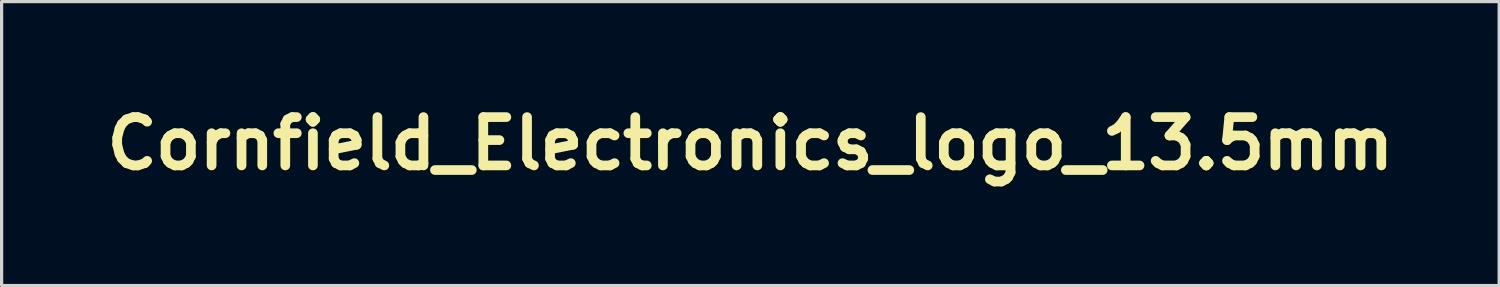
<source format=kicad_pcb>
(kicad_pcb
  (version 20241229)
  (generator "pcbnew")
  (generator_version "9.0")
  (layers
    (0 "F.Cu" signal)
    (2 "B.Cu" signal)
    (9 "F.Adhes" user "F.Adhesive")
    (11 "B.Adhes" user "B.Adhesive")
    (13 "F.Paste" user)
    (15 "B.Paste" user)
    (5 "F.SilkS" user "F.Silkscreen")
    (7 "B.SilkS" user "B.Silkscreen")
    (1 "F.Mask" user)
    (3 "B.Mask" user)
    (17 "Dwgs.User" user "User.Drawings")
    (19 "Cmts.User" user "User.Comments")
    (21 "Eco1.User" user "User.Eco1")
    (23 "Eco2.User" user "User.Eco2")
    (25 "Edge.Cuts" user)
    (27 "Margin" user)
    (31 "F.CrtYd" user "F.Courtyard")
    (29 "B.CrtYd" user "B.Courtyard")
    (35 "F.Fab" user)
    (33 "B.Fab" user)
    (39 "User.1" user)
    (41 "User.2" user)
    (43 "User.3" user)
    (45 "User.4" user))
  (footprint "Cornfield_Electronics_logo_13.5mm"
    (layer "F.Cu")
    (at 20.229 1.404)
    (property "Reference" "Cornfield_Electronics_logo_13.5mm" (at 0 0 0) (layer "F.SilkS") (effects (font (size 1.5 1.5) (thickness 0.3))))
    (attr board_only exclude_from_pos_files exclude_from_bom)
    (fp_poly (pts (xy -6.563 -0.483) (xy -6.558 -0.463) (xy -6.569 -0.437) (xy -6.589 -0.432) (xy -6.615 -0.443) (xy -6.62 -0.463) (xy -6.609 -0.489) (xy -6.589 -0.494)) (stroke (width 0) (type solid)) (fill yes) (layer "F.Mask"))
    (fp_poly (pts (xy -6.563 -0.39) (xy -6.558 -0.37) (xy -6.569 -0.345) (xy -6.589 -0.339) (xy -6.615 -0.35) (xy -6.62 -0.37) (xy -6.609 -0.396) (xy -6.589 -0.401)) (stroke (width 0) (type solid)) (fill yes) (layer "F.Mask"))
    (fp_poly (pts (xy -6.563 -0.282) (xy -6.558 -0.262) (xy -6.569 -0.237) (xy -6.589 -0.231) (xy -6.615 -0.242) (xy -6.62 -0.262) (xy -6.609 -0.288) (xy -6.589 -0.293)) (stroke (width 0) (type solid)) (fill yes) (layer "F.Mask"))
    (fp_poly (pts (xy -6.471 -0.545) (xy -6.466 -0.525) (xy -6.477 -0.499) (xy -6.497 -0.494) (xy -6.522 -0.505) (xy -6.527 -0.525) (xy -6.517 -0.55) (xy -6.497 -0.556)) (stroke (width 0) (type solid)) (fill yes) (layer "F.Mask"))
    (fp_poly (pts (xy -6.471 -0.437) (xy -6.466 -0.417) (xy -6.477 -0.391) (xy -6.497 -0.386) (xy -6.522 -0.397) (xy -6.527 -0.417) (xy -6.517 -0.442) (xy -6.497 -0.448)) (stroke (width 0) (type solid)) (fill yes) (layer "F.Mask"))
    (fp_poly (pts (xy -6.471 -0.329) (xy -6.466 -0.309) (xy -6.477 -0.283) (xy -6.497 -0.278) (xy -6.522 -0.289) (xy -6.527 -0.309) (xy -6.517 -0.334) (xy -6.497 -0.339)) (stroke (width 0) (type solid)) (fill yes) (layer "F.Mask"))
    (fp_poly (pts (xy -6.471 -0.236) (xy -6.466 -0.216) (xy -6.477 -0.19) (xy -6.497 -0.185) (xy -6.522 -0.196) (xy -6.527 -0.216) (xy -6.517 -0.242) (xy -6.497 -0.247)) (stroke (width 0) (type solid)) (fill yes) (layer "F.Mask"))
    (fp_poly (pts (xy -6.363 -0.483) (xy -6.358 -0.463) (xy -6.369 -0.437) (xy -6.389 -0.432) (xy -6.414 -0.443) (xy -6.419 -0.463) (xy -6.409 -0.489) (xy -6.389 -0.494)) (stroke (width 0) (type solid)) (fill yes) (layer "F.Mask"))
    (fp_poly (pts (xy -6.363 -0.39) (xy -6.358 -0.37) (xy -6.369 -0.345) (xy -6.389 -0.339) (xy -6.414 -0.35) (xy -6.419 -0.37) (xy -6.409 -0.396) (xy -6.389 -0.401)) (stroke (width 0) (type solid)) (fill yes) (layer "F.Mask"))
    (fp_poly (pts (xy -6.363 -0.282) (xy -6.358 -0.262) (xy -6.369 -0.237) (xy -6.389 -0.231) (xy -6.414 -0.242) (xy -6.419 -0.262) (xy -6.409 -0.288) (xy -6.389 -0.293)) (stroke (width 0) (type solid)) (fill yes) (layer "F.Mask"))
    (fp_poly (pts (xy -5.992 -0.483) (xy -5.987 -0.463) (xy -5.998 -0.437) (xy -6.018 -0.432) (xy -6.044 -0.443) (xy -6.049 -0.463) (xy -6.038 -0.489) (xy -6.018 -0.494)) (stroke (width 0) (type solid)) (fill yes) (layer "F.Mask"))
    (fp_poly (pts (xy -5.992 -0.39) (xy -5.987 -0.37) (xy -5.998 -0.345) (xy -6.018 -0.339) (xy -6.044 -0.35) (xy -6.049 -0.37) (xy -6.038 -0.396) (xy -6.018 -0.401)) (stroke (width 0) (type solid)) (fill yes) (layer "F.Mask"))
    (fp_poly (pts (xy -5.992 -0.282) (xy -5.987 -0.262) (xy -5.998 -0.237) (xy -6.018 -0.231) (xy -6.044 -0.242) (xy -6.049 -0.262) (xy -6.038 -0.288) (xy -6.018 -0.293)) (stroke (width 0) (type solid)) (fill yes) (layer "F.Mask"))
    (fp_poly (pts (xy -5.9 -0.545) (xy -5.895 -0.525) (xy -5.906 -0.499) (xy -5.926 -0.494) (xy -5.951 -0.505) (xy -5.957 -0.525) (xy -5.946 -0.55) (xy -5.926 -0.556)) (stroke (width 0) (type solid)) (fill yes) (layer "F.Mask"))
    (fp_poly (pts (xy -5.9 -0.437) (xy -5.895 -0.417) (xy -5.906 -0.391) (xy -5.926 -0.386) (xy -5.951 -0.397) (xy -5.957 -0.417) (xy -5.946 -0.442) (xy -5.926 -0.448)) (stroke (width 0) (type solid)) (fill yes) (layer "F.Mask"))
    (fp_poly (pts (xy -5.9 -0.329) (xy -5.895 -0.309) (xy -5.906 -0.283) (xy -5.926 -0.278) (xy -5.951 -0.289) (xy -5.957 -0.309) (xy -5.946 -0.334) (xy -5.926 -0.339)) (stroke (width 0) (type solid)) (fill yes) (layer "F.Mask"))
    (fp_poly (pts (xy -5.9 -0.236) (xy -5.895 -0.216) (xy -5.906 -0.19) (xy -5.926 -0.185) (xy -5.951 -0.196) (xy -5.957 -0.216) (xy -5.946 -0.242) (xy -5.926 -0.247)) (stroke (width 0) (type solid)) (fill yes) (layer "F.Mask"))
    (fp_poly (pts (xy -5.792 -0.483) (xy -5.787 -0.463) (xy -5.798 -0.437) (xy -5.818 -0.432) (xy -5.843 -0.443) (xy -5.848 -0.463) (xy -5.838 -0.489) (xy -5.818 -0.494)) (stroke (width 0) (type solid)) (fill yes) (layer "F.Mask"))
    (fp_poly (pts (xy -5.792 -0.39) (xy -5.787 -0.37) (xy -5.798 -0.345) (xy -5.818 -0.339) (xy -5.843 -0.35) (xy -5.848 -0.37) (xy -5.838 -0.396) (xy -5.818 -0.401)) (stroke (width 0) (type solid)) (fill yes) (layer "F.Mask"))
    (fp_poly (pts (xy -5.792 -0.282) (xy -5.787 -0.262) (xy -5.798 -0.237) (xy -5.818 -0.231) (xy -5.843 -0.242) (xy -5.848 -0.262) (xy -5.838 -0.288) (xy -5.818 -0.293)) (stroke (width 0) (type solid)) (fill yes) (layer "F.Mask"))
    (fp_poly (pts (xy -5.421 -0.483) (xy -5.416 -0.463) (xy -5.427 -0.437) (xy -5.447 -0.432) (xy -5.473 -0.443) (xy -5.478 -0.463) (xy -5.467 -0.489) (xy -5.447 -0.494)) (stroke (width 0) (type solid)) (fill yes) (layer "F.Mask"))
    (fp_poly (pts (xy -5.421 -0.39) (xy -5.416 -0.37) (xy -5.427 -0.345) (xy -5.447 -0.339) (xy -5.473 -0.35) (xy -5.478 -0.37) (xy -5.467 -0.396) (xy -5.447 -0.401)) (stroke (width 0) (type solid)) (fill yes) (layer "F.Mask"))
    (fp_poly (pts (xy -5.421 -0.282) (xy -5.416 -0.262) (xy -5.427 -0.237) (xy -5.447 -0.231) (xy -5.473 -0.242) (xy -5.478 -0.262) (xy -5.467 -0.288) (xy -5.447 -0.293)) (stroke (width 0) (type solid)) (fill yes) (layer "F.Mask"))
    (fp_poly (pts (xy -5.329 -0.545) (xy -5.324 -0.525) (xy -5.335 -0.499) (xy -5.355 -0.494) (xy -5.38 -0.505) (xy -5.386 -0.525) (xy -5.375 -0.55) (xy -5.355 -0.556)) (stroke (width 0) (type solid)) (fill yes) (layer "F.Mask"))
    (fp_poly (pts (xy -5.329 -0.437) (xy -5.324 -0.417) (xy -5.335 -0.391) (xy -5.355 -0.386) (xy -5.38 -0.397) (xy -5.386 -0.417) (xy -5.375 -0.442) (xy -5.355 -0.448)) (stroke (width 0) (type solid)) (fill yes) (layer "F.Mask"))
    (fp_poly (pts (xy -5.329 -0.329) (xy -5.324 -0.309) (xy -5.335 -0.283) (xy -5.355 -0.278) (xy -5.38 -0.289) (xy -5.386 -0.309) (xy -5.375 -0.334) (xy -5.355 -0.339)) (stroke (width 0) (type solid)) (fill yes) (layer "F.Mask"))
    (fp_poly (pts (xy -5.329 -0.236) (xy -5.324 -0.216) (xy -5.335 -0.19) (xy -5.355 -0.185) (xy -5.38 -0.196) (xy -5.386 -0.216) (xy -5.375 -0.242) (xy -5.355 -0.247)) (stroke (width 0) (type solid)) (fill yes) (layer "F.Mask"))
    (fp_poly (pts (xy -5.221 -0.483) (xy -5.216 -0.463) (xy -5.227 -0.437) (xy -5.247 -0.432) (xy -5.272 -0.443) (xy -5.278 -0.463) (xy -5.267 -0.489) (xy -5.247 -0.494)) (stroke (width 0) (type solid)) (fill yes) (layer "F.Mask"))
    (fp_poly (pts (xy -5.221 -0.39) (xy -5.216 -0.37) (xy -5.227 -0.345) (xy -5.247 -0.339) (xy -5.272 -0.35) (xy -5.278 -0.37) (xy -5.267 -0.396) (xy -5.247 -0.401)) (stroke (width 0) (type solid)) (fill yes) (layer "F.Mask"))
    (fp_poly (pts (xy -5.221 -0.282) (xy -5.216 -0.262) (xy -5.227 -0.237) (xy -5.247 -0.231) (xy -5.272 -0.242) (xy -5.278 -0.262) (xy -5.267 -0.288) (xy -5.247 -0.293)) (stroke (width 0) (type solid)) (fill yes) (layer "F.Mask"))
    (fp_poly (pts (xy 5.606 -0.245) (xy 5.66 -0.242) (xy 5.69 -0.235) (xy 5.694 -0.231) (xy 5.681 -0.221) (xy 5.647 -0.216) (xy 5.64 -0.216) (xy 5.586 -0.216) (xy 5.586 0.045) (xy 5.586 0.307) (xy 5.635 0.312) (xy 5.671 0.32) (xy 5.69 0.335) (xy 5.69 0.336) (xy 5.686 0.345) (xy 5.662 0.351) (xy 5.615 0.354) (xy 5.541 0.355) (xy 5.532 0.355) (xy 5.456 0.354) (xy 5.406 0.351) (xy 5.38 0.345) (xy 5.374 0.337) (xy 5.374 0.336) (xy 5.392 0.321) (xy 5.428 0.312) (xy 5.429 0.312) (xy 5.478 0.307) (xy 5.478 0.045) (xy 5.478 -0.216) (xy 5.424 -0.216) (xy 5.388 -0.22) (xy 5.371 -0.229) (xy 5.37 -0.231) (xy 5.385 -0.239) (xy 5.426 -0.244) (xy 5.49 -0.246) (xy 5.532 -0.247)) (stroke (width 0) (type solid)) (fill yes) (layer "F.Mask"))
    (fp_poly (pts (xy -1.304 -0.246) (xy -1.254 -0.242) (xy -1.219 -0.236) (xy -1.208 -0.228) (xy -1.208 -0.228) (xy -1.227 -0.215) (xy -1.263 -0.213) (xy -1.312 -0.218) (xy -1.312 0.044) (xy -1.312 0.307) (xy -1.263 0.312) (xy -1.227 0.32) (xy -1.208 0.335) (xy -1.207 0.336) (xy -1.212 0.345) (xy -1.236 0.351) (xy -1.283 0.354) (xy -1.357 0.355) (xy -1.363 0.355) (xy -1.431 0.354) (xy -1.487 0.35) (xy -1.523 0.345) (xy -1.534 0.341) (xy -1.53 0.326) (xy -1.504 0.313) (xy -1.465 0.309) (xy -1.454 0.307) (xy -1.446 0.299) (xy -1.441 0.281) (xy -1.438 0.248) (xy -1.436 0.196) (xy -1.435 0.121) (xy -1.435 0.046) (xy -1.435 -0.216) (xy -1.49 -0.216) (xy -1.525 -0.22) (xy -1.536 -0.229) (xy -1.535 -0.231) (xy -1.517 -0.239) (xy -1.477 -0.244) (xy -1.423 -0.247) (xy -1.363 -0.248)) (stroke (width 0) (type solid)) (fill yes) (layer "F.Mask"))
    (fp_poly (pts (xy 1.603 -0.246) (xy 1.656 -0.242) (xy 1.69 -0.237) (xy 1.697 -0.232) (xy 1.684 -0.221) (xy 1.651 -0.214) (xy 1.647 -0.213) (xy 1.597 -0.208) (xy 1.593 0.05) (xy 1.589 0.309) (xy 1.678 0.308) (xy 1.742 0.306) (xy 1.782 0.295) (xy 1.805 0.274) (xy 1.818 0.238) (xy 1.819 0.233) (xy 1.83 0.195) (xy 1.843 0.186) (xy 1.853 0.203) (xy 1.859 0.245) (xy 1.859 0.266) (xy 1.859 0.347) (xy 1.616 0.351) (xy 1.529 0.352) (xy 1.456 0.351) (xy 1.404 0.348) (xy 1.377 0.344) (xy 1.373 0.342) (xy 1.387 0.324) (xy 1.421 0.312) (xy 1.452 0.309) (xy 1.463 0.307) (xy 1.47 0.299) (xy 1.476 0.281) (xy 1.479 0.248) (xy 1.481 0.196) (xy 1.481 0.121) (xy 1.481 0.046) (xy 1.481 -0.216) (xy 1.427 -0.216) (xy 1.392 -0.22) (xy 1.374 -0.229) (xy 1.373 -0.231) (xy 1.388 -0.239) (xy 1.429 -0.244) (xy 1.493 -0.246) (xy 1.535 -0.247)) (stroke (width 0) (type solid)) (fill yes) (layer "F.Mask"))
    (fp_poly (pts (xy -0.35 -0.245) (xy -0.296 -0.242) (xy -0.267 -0.235) (xy -0.262 -0.231) (xy -0.276 -0.221) (xy -0.309 -0.216) (xy -0.316 -0.216) (xy -0.37 -0.216) (xy -0.37 0.047) (xy -0.37 0.31) (xy -0.276 0.306) (xy -0.217 0.3) (xy -0.182 0.288) (xy -0.162 0.264) (xy -0.149 0.221) (xy -0.147 0.212) (xy -0.136 0.177) (xy -0.124 0.171) (xy -0.115 0.19) (xy -0.109 0.232) (xy -0.108 0.262) (xy -0.108 0.355) (xy -0.346 0.355) (xy -0.429 0.354) (xy -0.5 0.352) (xy -0.555 0.348) (xy -0.587 0.344) (xy -0.593 0.341) (xy -0.589 0.326) (xy -0.563 0.313) (xy -0.525 0.309) (xy -0.508 0.306) (xy -0.496 0.294) (xy -0.487 0.27) (xy -0.482 0.229) (xy -0.479 0.167) (xy -0.478 0.08) (xy -0.478 0.046) (xy -0.479 -0.033) (xy -0.481 -0.103) (xy -0.483 -0.157) (xy -0.487 -0.188) (xy -0.488 -0.192) (xy -0.51 -0.21) (xy -0.542 -0.216) (xy -0.574 -0.221) (xy -0.586 -0.231) (xy -0.572 -0.239) (xy -0.53 -0.244) (xy -0.467 -0.246) (xy -0.424 -0.247)) (stroke (width 0) (type solid)) (fill yes) (layer "F.Mask"))
    (fp_poly (pts (xy -2.89 -0.256) (xy -2.856 -0.232) (xy -2.841 -0.194) (xy -2.842 -0.178) (xy -2.857 -0.134) (xy -2.886 -0.112) (xy -2.918 -0.113) (xy -2.947 -0.137) (xy -2.963 -0.179) (xy -2.971 -0.224) (xy -3.013 -0.179) (xy -3.043 -0.14) (xy -3.064 -0.094) (xy -3.077 -0.035) (xy -3.084 0.044) (xy -3.086 0.142) (xy -3.086 0.307) (xy -3.037 0.312) (xy -3.001 0.32) (xy -2.982 0.335) (xy -2.982 0.336) (xy -2.987 0.345) (xy -3.011 0.351) (xy -3.058 0.354) (xy -3.131 0.355) (xy -3.14 0.355) (xy -3.217 0.354) (xy -3.266 0.351) (xy -3.292 0.345) (xy -3.299 0.337) (xy -3.299 0.336) (xy -3.28 0.321) (xy -3.245 0.312) (xy -3.243 0.312) (xy -3.194 0.307) (xy -3.194 0.045) (xy -3.194 -0.216) (xy -3.248 -0.216) (xy -3.284 -0.22) (xy -3.302 -0.229) (xy -3.302 -0.231) (xy -3.289 -0.241) (xy -3.255 -0.247) (xy -3.243 -0.247) (xy -3.188 -0.25) (xy -3.137 -0.256) (xy -3.134 -0.257) (xy -3.101 -0.261) (xy -3.088 -0.25) (xy -3.086 -0.224) (xy -3.086 -0.182) (xy -3.039 -0.222) (xy -2.988 -0.252) (xy -2.936 -0.263)) (stroke (width 0) (type solid)) (fill yes) (layer "F.Mask"))
    (fp_poly (pts (xy -4.1 -0.257) (xy -4.036 -0.232) (xy -3.994 -0.193) (xy -3.97 -0.146) (xy -3.965 -0.097) (xy -3.983 -0.056) (xy -4.001 -0.04) (xy -4.034 -0.033) (xy -4.063 -0.049) (xy -4.082 -0.078) (xy -4.088 -0.114) (xy -4.074 -0.147) (xy -4.067 -0.154) (xy -4.051 -0.171) (xy -4.061 -0.187) (xy -4.07 -0.194) (xy -4.114 -0.212) (xy -4.168 -0.214) (xy -4.213 -0.201) (xy -4.243 -0.168) (xy -4.265 -0.107) (xy -4.278 -0.021) (xy -4.281 0.062) (xy -4.277 0.146) (xy -4.268 0.206) (xy -4.253 0.244) (xy -4.214 0.293) (xy -4.164 0.316) (xy -4.111 0.314) (xy -4.061 0.288) (xy -4.023 0.238) (xy -4.02 0.231) (xy -4 0.194) (xy -3.984 0.172) (xy -3.98 0.17) (xy -3.961 0.18) (xy -3.959 0.208) (xy -3.971 0.246) (xy -3.994 0.286) (xy -4.025 0.322) (xy -4.049 0.341) (xy -4.121 0.368) (xy -4.196 0.365) (xy -4.271 0.334) (xy -4.287 0.322) (xy -4.343 0.27) (xy -4.379 0.208) (xy -4.397 0.128) (xy -4.402 0.054) (xy -4.395 -0.043) (xy -4.371 -0.121) (xy -4.326 -0.187) (xy -4.305 -0.209) (xy -4.246 -0.245) (xy -4.174 -0.262)) (stroke (width 0) (type solid)) (fill yes) (layer "F.Mask"))
    (fp_poly (pts (xy 6.078 -0.251) (xy 6.137 -0.221) (xy 6.17 -0.181) (xy 6.185 -0.135) (xy 6.183 -0.09) (xy 6.167 -0.054) (xy 6.141 -0.034) (xy 6.107 -0.036) (xy 6.099 -0.04) (xy 6.073 -0.071) (xy 6.068 -0.111) (xy 6.084 -0.145) (xy 6.09 -0.151) (xy 6.109 -0.168) (xy 6.104 -0.181) (xy 6.089 -0.194) (xy 6.044 -0.212) (xy 5.992 -0.214) (xy 5.947 -0.201) (xy 5.933 -0.19) (xy 5.906 -0.154) (xy 5.888 -0.106) (xy 5.879 -0.04) (xy 5.876 0.046) (xy 5.881 0.155) (xy 5.9 0.236) (xy 5.931 0.289) (xy 5.976 0.315) (xy 6.034 0.315) (xy 6.049 0.311) (xy 6.099 0.285) (xy 6.134 0.238) (xy 6.135 0.237) (xy 6.161 0.196) (xy 6.183 0.174) (xy 6.197 0.173) (xy 6.2 0.196) (xy 6.197 0.209) (xy 6.173 0.267) (xy 6.135 0.319) (xy 6.093 0.353) (xy 6.085 0.356) (xy 6.032 0.367) (xy 5.973 0.369) (xy 5.921 0.36) (xy 5.904 0.352) (xy 5.831 0.295) (xy 5.783 0.219) (xy 5.757 0.124) (xy 5.753 0.062) (xy 5.762 -0.045) (xy 5.791 -0.133) (xy 5.84 -0.2) (xy 5.905 -0.243) (xy 5.986 -0.262) (xy 6.003 -0.262)) (stroke (width 0) (type solid)) (fill yes) (layer "F.Mask"))
    (fp_poly (pts (xy 0.209 -0.246) (xy 0.271 -0.243) (xy 0.315 -0.236) (xy 0.349 -0.226) (xy 0.367 -0.218) (xy 0.436 -0.167) (xy 0.484 -0.099) (xy 0.511 -0.019) (xy 0.518 0.065) (xy 0.504 0.149) (xy 0.469 0.226) (xy 0.413 0.292) (xy 0.368 0.323) (xy 0.34 0.337) (xy 0.307 0.346) (xy 0.265 0.352) (xy 0.205 0.354) (xy 0.124 0.355) (xy 0.041 0.354) (xy -0.014 0.352) (xy -0.046 0.347) (xy -0.058 0.34) (xy -0.058 0.336) (xy -0.039 0.319) (xy -0.006 0.308) (xy 0.039 0.301) (xy 0.039 0.054) (xy 0.154 0.054) (xy 0.154 0.309) (xy 0.215 0.309) (xy 0.266 0.304) (xy 0.311 0.293) (xy 0.315 0.291) (xy 0.351 0.26) (xy 0.376 0.204) (xy 0.389 0.122) (xy 0.392 0.039) (xy 0.385 -0.058) (xy 0.367 -0.13) (xy 0.338 -0.177) (xy 0.316 -0.191) (xy 0.285 -0.197) (xy 0.239 -0.2) (xy 0.222 -0.201) (xy 0.154 -0.201) (xy 0.154 0.054) (xy 0.039 0.054) (xy 0.039 0.046) (xy 0.039 -0.208) (xy -0.012 -0.213) (xy -0.046 -0.22) (xy -0.062 -0.231) (xy -0.062 -0.232) (xy -0.047 -0.238) (xy -0.007 -0.243) (xy 0.053 -0.246) (xy 0.124 -0.247)) (stroke (width 0) (type solid)) (fill yes) (layer "F.Mask"))
    (fp_poly (pts (xy 2.257 -0.249) (xy 2.322 -0.211) (xy 2.368 -0.152) (xy 2.39 -0.075) (xy 2.392 -0.045) (xy 2.392 0) (xy 2.212 0) (xy 2.033 0) (xy 2.042 0.094) (xy 2.058 0.186) (xy 2.084 0.252) (xy 2.122 0.293) (xy 2.154 0.309) (xy 2.215 0.316) (xy 2.27 0.293) (xy 2.321 0.239) (xy 2.327 0.231) (xy 2.359 0.189) (xy 2.381 0.173) (xy 2.391 0.184) (xy 2.392 0.194) (xy 2.381 0.234) (xy 2.352 0.282) (xy 2.315 0.324) (xy 2.283 0.348) (xy 2.233 0.363) (xy 2.172 0.369) (xy 2.113 0.365) (xy 2.077 0.353) (xy 2.005 0.297) (xy 1.957 0.228) (xy 1.931 0.14) (xy 1.925 0.051) (xy 1.927 -0.017) (xy 1.937 -0.066) (xy 1.942 -0.079) (xy 2.057 -0.079) (xy 2.074 -0.067) (xy 2.115 -0.062) (xy 2.168 -0.062) (xy 2.284 -0.062) (xy 2.284 -0.108) (xy 2.272 -0.162) (xy 2.242 -0.197) (xy 2.2 -0.213) (xy 2.153 -0.208) (xy 2.109 -0.183) (xy 2.076 -0.139) (xy 2.059 -0.102) (xy 2.057 -0.079) (xy 1.942 -0.079) (xy 1.955 -0.11) (xy 1.966 -0.129) (xy 2.022 -0.201) (xy 2.091 -0.246) (xy 2.17 -0.262) (xy 2.175 -0.262)) (stroke (width 0) (type solid)) (fill yes) (layer "F.Mask"))
    (fp_poly (pts (xy 2.811 -0.252) (xy 2.871 -0.224) (xy 2.911 -0.182) (xy 2.929 -0.13) (xy 2.923 -0.08) (xy 2.899 -0.045) (xy 2.865 -0.031) (xy 2.831 -0.04) (xy 2.809 -0.069) (xy 2.796 -0.103) (xy 2.796 -0.121) (xy 2.81 -0.138) (xy 2.819 -0.147) (xy 2.837 -0.169) (xy 2.83 -0.184) (xy 2.816 -0.195) (xy 2.765 -0.216) (xy 2.712 -0.211) (xy 2.665 -0.182) (xy 2.631 -0.132) (xy 2.624 -0.111) (xy 2.613 -0.046) (xy 2.608 0.033) (xy 2.611 0.115) (xy 2.62 0.187) (xy 2.632 0.23) (xy 2.667 0.284) (xy 2.713 0.313) (xy 2.765 0.317) (xy 2.817 0.297) (xy 2.861 0.252) (xy 2.876 0.225) (xy 2.9 0.185) (xy 2.919 0.172) (xy 2.93 0.186) (xy 2.932 0.21) (xy 2.918 0.253) (xy 2.877 0.305) (xy 2.872 0.31) (xy 2.832 0.347) (xy 2.799 0.364) (xy 2.759 0.37) (xy 2.745 0.37) (xy 2.689 0.364) (xy 2.638 0.351) (xy 2.629 0.348) (xy 2.574 0.309) (xy 2.532 0.247) (xy 2.502 0.169) (xy 2.488 0.082) (xy 2.49 -0.007) (xy 2.51 -0.091) (xy 2.516 -0.106) (xy 2.562 -0.184) (xy 2.622 -0.235) (xy 2.697 -0.26) (xy 2.736 -0.262)) (stroke (width 0) (type solid)) (fill yes) (layer "F.Mask"))
    (fp_poly (pts (xy 4.394 -0.256) (xy 4.449 -0.235) (xy 4.498 -0.194) (xy 4.504 -0.187) (xy 4.549 -0.124) (xy 4.574 -0.049) (xy 4.583 0.044) (xy 4.583 0.056) (xy 4.572 0.161) (xy 4.54 0.247) (xy 4.489 0.313) (xy 4.471 0.327) (xy 4.423 0.35) (xy 4.361 0.364) (xy 4.299 0.367) (xy 4.248 0.358) (xy 4.236 0.353) (xy 4.182 0.31) (xy 4.131 0.252) (xy 4.096 0.193) (xy 4.096 0.192) (xy 4.079 0.125) (xy 4.076 0.07) (xy 4.196 0.07) (xy 4.201 0.151) (xy 4.213 0.219) (xy 4.241 0.274) (xy 4.282 0.31) (xy 4.331 0.325) (xy 4.38 0.315) (xy 4.413 0.29) (xy 4.44 0.247) (xy 4.458 0.186) (xy 4.466 0.101) (xy 4.466 0.039) (xy 4.46 -0.054) (xy 4.444 -0.128) (xy 4.42 -0.18) (xy 4.398 -0.201) (xy 4.351 -0.214) (xy 4.3 -0.213) (xy 4.259 -0.198) (xy 4.253 -0.192) (xy 4.229 -0.152) (xy 4.211 -0.089) (xy 4.2 -0.013) (xy 4.196 0.07) (xy 4.076 0.07) (xy 4.075 0.043) (xy 4.084 -0.038) (xy 4.103 -0.1) (xy 4.133 -0.15) (xy 4.174 -0.199) (xy 4.188 -0.212) (xy 4.23 -0.244) (xy 4.27 -0.259) (xy 4.322 -0.262)) (stroke (width 0) (type solid)) (fill yes) (layer "F.Mask"))
    (fp_poly (pts (xy 4.003 -0.254) (xy 4.033 -0.227) (xy 4.041 -0.179) (xy 4.04 -0.167) (xy 4.033 -0.131) (xy 4.014 -0.116) (xy 3.986 -0.111) (xy 3.95 -0.111) (xy 3.933 -0.126) (xy 3.926 -0.15) (xy 3.918 -0.185) (xy 3.914 -0.206) (xy 3.903 -0.205) (xy 3.878 -0.186) (xy 3.871 -0.178) (xy 3.838 -0.134) (xy 3.816 -0.074) (xy 3.802 0.007) (xy 3.796 0.113) (xy 3.796 0.152) (xy 3.796 0.307) (xy 3.845 0.312) (xy 3.881 0.32) (xy 3.9 0.335) (xy 3.9 0.336) (xy 3.896 0.345) (xy 3.872 0.351) (xy 3.825 0.354) (xy 3.751 0.355) (xy 3.743 0.355) (xy 3.669 0.354) (xy 3.621 0.352) (xy 3.593 0.346) (xy 3.581 0.338) (xy 3.58 0.332) (xy 3.592 0.315) (xy 3.629 0.309) (xy 3.634 0.309) (xy 3.688 0.309) (xy 3.688 0.046) (xy 3.688 -0.216) (xy 3.634 -0.216) (xy 3.598 -0.22) (xy 3.581 -0.229) (xy 3.58 -0.231) (xy 3.594 -0.241) (xy 3.628 -0.247) (xy 3.64 -0.247) (xy 3.694 -0.25) (xy 3.745 -0.256) (xy 3.748 -0.257) (xy 3.781 -0.261) (xy 3.794 -0.25) (xy 3.796 -0.224) (xy 3.796 -0.182) (xy 3.844 -0.222) (xy 3.902 -0.256) (xy 3.95 -0.262)) (stroke (width 0) (type solid)) (fill yes) (layer "F.Mask"))
    (fp_poly (pts (xy -3.551 -0.256) (xy -3.48 -0.226) (xy -3.419 -0.171) (xy -3.393 -0.133) (xy -3.373 -0.093) (xy -3.362 -0.051) (xy -3.357 0.004) (xy -3.356 0.055) (xy -3.358 0.121) (xy -3.363 0.167) (xy -3.375 0.202) (xy -3.395 0.238) (xy -3.399 0.245) (xy -3.46 0.314) (xy -3.531 0.356) (xy -3.607 0.37) (xy -3.687 0.355) (xy -3.719 0.34) (xy -3.763 0.307) (xy -3.804 0.264) (xy -3.812 0.253) (xy -3.832 0.218) (xy -3.844 0.181) (xy -3.851 0.131) (xy -3.852 0.104) (xy -3.74 0.104) (xy -3.735 0.173) (xy -3.73 0.202) (xy -3.706 0.264) (xy -3.667 0.305) (xy -3.62 0.324) (xy -3.569 0.317) (xy -3.527 0.287) (xy -3.501 0.244) (xy -3.483 0.179) (xy -3.472 0.102) (xy -3.471 0.019) (xy -3.477 -0.059) (xy -3.493 -0.125) (xy -3.512 -0.165) (xy -3.557 -0.203) (xy -3.609 -0.216) (xy -3.66 -0.205) (xy -3.702 -0.169) (xy -3.712 -0.152) (xy -3.725 -0.11) (xy -3.734 -0.047) (xy -3.739 0.028) (xy -3.74 0.104) (xy -3.852 0.104) (xy -3.855 0.063) (xy -3.856 -0.006) (xy -3.852 -0.054) (xy -3.843 -0.09) (xy -3.827 -0.124) (xy -3.823 -0.131) (xy -3.769 -0.199) (xy -3.701 -0.243) (xy -3.627 -0.262)) (stroke (width 0) (type solid)) (fill yes) (layer "F.Mask"))
    (fp_poly (pts (xy -0.809 -0.253) (xy -0.761 -0.235) (xy -0.744 -0.222) (xy -0.695 -0.161) (xy -0.669 -0.105) (xy -0.664 -0.059) (xy -0.664 -0.001) (xy -0.837 0.003) (xy -1.011 0.008) (xy -1.007 0.093) (xy -0.995 0.185) (xy -0.968 0.254) (xy -0.927 0.299) (xy -0.874 0.318) (xy -0.814 0.31) (xy -0.762 0.278) (xy -0.727 0.231) (xy -0.699 0.189) (xy -0.678 0.171) (xy -0.666 0.18) (xy -0.664 0.197) (xy -0.675 0.24) (xy -0.705 0.288) (xy -0.745 0.329) (xy -0.77 0.346) (xy -0.837 0.366) (xy -0.913 0.366) (xy -0.98 0.348) (xy -1.047 0.304) (xy -1.093 0.239) (xy -1.119 0.153) (xy -1.124 0.044) (xy -1.124 0.039) (xy -1.12 -0.029) (xy -1.112 -0.076) (xy -1.109 -0.085) (xy -1.002 -0.085) (xy -0.987 -0.07) (xy -0.947 -0.063) (xy -0.887 -0.062) (xy -0.772 -0.062) (xy -0.772 -0.108) (xy -0.783 -0.162) (xy -0.814 -0.197) (xy -0.857 -0.213) (xy -0.905 -0.207) (xy -0.95 -0.178) (xy -0.968 -0.156) (xy -0.994 -0.113) (xy -1.002 -0.085) (xy -1.109 -0.085) (xy -1.098 -0.113) (xy -1.075 -0.15) (xy -1.073 -0.153) (xy -1.037 -0.197) (xy -0.998 -0.232) (xy -0.982 -0.242) (xy -0.932 -0.257) (xy -0.87 -0.26)) (stroke (width 0) (type solid)) (fill yes) (layer "F.Mask"))
    (fp_poly (pts (xy 3.429 -0.253) (xy 3.478 -0.249) (xy 3.509 -0.241) (xy 3.526 -0.226) (xy 3.532 -0.204) (xy 3.534 -0.171) (xy 3.534 -0.145) (xy 3.531 -0.1) (xy 3.52 -0.08) (xy 3.511 -0.077) (xy 3.492 -0.09) (xy 3.487 -0.109) (xy 3.479 -0.16) (xy 3.45 -0.189) (xy 3.398 -0.2) (xy 3.387 -0.201) (xy 3.318 -0.201) (xy 3.318 0.054) (xy 3.318 0.148) (xy 3.319 0.216) (xy 3.321 0.261) (xy 3.325 0.289) (xy 3.331 0.303) (xy 3.34 0.308) (xy 3.347 0.309) (xy 3.389 0.314) (xy 3.418 0.328) (xy 3.426 0.341) (xy 3.411 0.347) (xy 3.373 0.351) (xy 3.316 0.354) (xy 3.264 0.355) (xy 3.197 0.354) (xy 3.144 0.35) (xy 3.11 0.346) (xy 3.102 0.341) (xy 3.115 0.324) (xy 3.149 0.312) (xy 3.18 0.309) (xy 3.191 0.307) (xy 3.199 0.299) (xy 3.204 0.281) (xy 3.207 0.247) (xy 3.209 0.194) (xy 3.21 0.118) (xy 3.21 0.053) (xy 3.21 -0.202) (xy 3.136 -0.198) (xy 3.091 -0.193) (xy 3.067 -0.182) (xy 3.052 -0.158) (xy 3.046 -0.14) (xy 3.027 -0.094) (xy 3.011 -0.079) (xy 3 -0.093) (xy 2.996 -0.135) (xy 2.997 -0.162) (xy 3.001 -0.249) (xy 3.26 -0.252) (xy 3.358 -0.253)) (stroke (width 0) (type solid)) (fill yes) (layer "F.Mask"))
    (fp_poly (pts (xy 1.159 -0.253) (xy 1.222 -0.224) (xy 1.268 -0.172) (xy 1.279 -0.151) (xy 1.299 -0.102) (xy 1.31 -0.056) (xy 1.312 -0.041) (xy 1.312 0) (xy 1.132 0) (xy 0.953 0) (xy 0.961 0.096) (xy 0.972 0.18) (xy 0.992 0.239) (xy 1.023 0.279) (xy 1.056 0.3) (xy 1.117 0.315) (xy 1.172 0.301) (xy 1.223 0.257) (xy 1.239 0.234) (xy 1.272 0.192) (xy 1.296 0.171) (xy 1.31 0.174) (xy 1.312 0.185) (xy 1.302 0.22) (xy 1.278 0.266) (xy 1.246 0.308) (xy 1.223 0.331) (xy 1.179 0.351) (xy 1.122 0.363) (xy 1.062 0.367) (xy 1.012 0.36) (xy 0.997 0.353) (xy 0.92 0.292) (xy 0.869 0.216) (xy 0.842 0.123) (xy 0.84 0.106) (xy 0.839 0.009) (xy 0.859 -0.08) (xy 0.861 -0.084) (xy 0.973 -0.084) (xy 0.99 -0.069) (xy 1.032 -0.063) (xy 1.088 -0.062) (xy 1.147 -0.062) (xy 1.182 -0.066) (xy 1.199 -0.074) (xy 1.204 -0.087) (xy 1.204 -0.092) (xy 1.194 -0.148) (xy 1.167 -0.19) (xy 1.135 -0.21) (xy 1.073 -0.212) (xy 1.023 -0.189) (xy 0.996 -0.155) (xy 0.976 -0.111) (xy 0.973 -0.084) (xy 0.861 -0.084) (xy 0.897 -0.156) (xy 0.949 -0.215) (xy 1.013 -0.251) (xy 1.076 -0.262)) (stroke (width 0) (type solid)) (fill yes) (layer "F.Mask"))
    (fp_poly (pts (xy -1.589 -0.162) (xy -1.592 -0.111) (xy -1.599 -0.084) (xy -1.613 -0.077) (xy -1.631 -0.091) (xy -1.636 -0.12) (xy -1.642 -0.161) (xy -1.664 -0.186) (xy -1.707 -0.198) (xy -1.762 -0.201) (xy -1.852 -0.201) (xy -1.852 -0.093) (xy -1.852 0.015) (xy -1.792 0.015) (xy -1.751 0.012) (xy -1.731 -0.001) (xy -1.722 -0.023) (xy -1.71 -0.056) (xy -1.698 -0.061) (xy -1.689 -0.04) (xy -1.683 0.005) (xy -1.682 0.046) (xy -1.683 0.1) (xy -1.685 0.138) (xy -1.689 0.154) (xy -1.689 0.154) (xy -1.701 0.142) (xy -1.718 0.112) (xy -1.721 0.108) (xy -1.744 0.075) (xy -1.776 0.063) (xy -1.798 0.062) (xy -1.852 0.062) (xy -1.852 0.184) (xy -1.852 0.307) (xy -1.803 0.312) (xy -1.767 0.32) (xy -1.748 0.335) (xy -1.748 0.336) (xy -1.752 0.345) (xy -1.776 0.351) (xy -1.823 0.354) (xy -1.897 0.355) (xy -1.904 0.355) (xy -1.971 0.354) (xy -2.025 0.35) (xy -2.059 0.345) (xy -2.068 0.341) (xy -2.054 0.328) (xy -2.022 0.317) (xy -2.022 0.316) (xy -1.975 0.306) (xy -1.975 0.045) (xy -1.975 -0.216) (xy -2.03 -0.216) (xy -2.065 -0.22) (xy -2.076 -0.229) (xy -2.076 -0.231) (xy -2.057 -0.237) (xy -2.011 -0.242) (xy -1.943 -0.245) (xy -1.855 -0.247) (xy -1.828 -0.247) (xy -1.589 -0.247)) (stroke (width 0) (type solid)) (fill yes) (layer "F.Mask"))
    (fp_poly (pts (xy 6.583 -0.253) (xy 6.639 -0.229) (xy 6.676 -0.192) (xy 6.688 -0.147) (xy 6.682 -0.117) (xy 6.66 -0.086) (xy 6.631 -0.078) (xy 6.603 -0.091) (xy 6.585 -0.119) (xy 6.582 -0.16) (xy 6.584 -0.167) (xy 6.58 -0.195) (xy 6.556 -0.211) (xy 6.519 -0.216) (xy 6.477 -0.209) (xy 6.437 -0.193) (xy 6.407 -0.167) (xy 6.397 -0.149) (xy 6.39 -0.112) (xy 6.4 -0.082) (xy 6.431 -0.055) (xy 6.488 -0.028) (xy 6.528 -0.012) (xy 6.615 0.026) (xy 6.675 0.069) (xy 6.71 0.119) (xy 6.723 0.167) (xy 6.717 0.228) (xy 6.688 0.288) (xy 6.643 0.336) (xy 6.62 0.351) (xy 6.574 0.364) (xy 6.514 0.369) (xy 6.453 0.366) (xy 6.412 0.356) (xy 6.361 0.324) (xy 6.32 0.281) (xy 6.298 0.235) (xy 6.296 0.219) (xy 6.305 0.175) (xy 6.328 0.148) (xy 6.359 0.144) (xy 6.371 0.149) (xy 6.393 0.175) (xy 6.402 0.21) (xy 6.395 0.24) (xy 6.388 0.247) (xy 6.383 0.262) (xy 6.4 0.28) (xy 6.433 0.297) (xy 6.473 0.31) (xy 6.512 0.314) (xy 6.581 0.303) (xy 6.626 0.274) (xy 6.645 0.238) (xy 6.644 0.199) (xy 6.62 0.165) (xy 6.57 0.134) (xy 6.501 0.107) (xy 6.41 0.068) (xy 6.348 0.02) (xy 6.316 -0.035) (xy 6.311 -0.07) (xy 6.325 -0.147) (xy 6.362 -0.206) (xy 6.421 -0.246) (xy 6.498 -0.262) (xy 6.512 -0.262)) (stroke (width 0) (type solid)) (fill yes) (layer "F.Mask"))
    (fp_poly (pts (xy -2.337 -0.259) (xy -2.294 -0.245) (xy -2.264 -0.219) (xy -2.243 -0.176) (xy -2.23 -0.112) (xy -2.224 -0.025) (xy -2.222 0.083) (xy -2.222 0.307) (xy -2.173 0.312) (xy -2.137 0.32) (xy -2.118 0.335) (xy -2.118 0.336) (xy -2.123 0.345) (xy -2.147 0.351) (xy -2.195 0.354) (xy -2.267 0.355) (xy -2.339 0.354) (xy -2.386 0.351) (xy -2.412 0.346) (xy -2.422 0.337) (xy -2.423 0.332) (xy -2.409 0.313) (xy -2.376 0.309) (xy -2.33 0.309) (xy -2.33 0.078) (xy -2.331 -0.004) (xy -2.332 -0.077) (xy -2.335 -0.134) (xy -2.338 -0.169) (xy -2.34 -0.176) (xy -2.362 -0.195) (xy -2.398 -0.201) (xy -2.455 -0.186) (xy -2.502 -0.144) (xy -2.538 -0.078) (xy -2.563 0.012) (xy -2.576 0.121) (xy -2.577 0.169) (xy -2.577 0.307) (xy -2.536 0.311) (xy -2.503 0.322) (xy -2.488 0.336) (xy -2.493 0.345) (xy -2.517 0.351) (xy -2.565 0.354) (xy -2.637 0.355) (xy -2.71 0.354) (xy -2.756 0.351) (xy -2.782 0.346) (xy -2.792 0.337) (xy -2.793 0.332) (xy -2.781 0.315) (xy -2.744 0.309) (xy -2.739 0.309) (xy -2.685 0.309) (xy -2.685 0.046) (xy -2.685 -0.216) (xy -2.739 -0.216) (xy -2.775 -0.22) (xy -2.793 -0.229) (xy -2.793 -0.231) (xy -2.779 -0.241) (xy -2.745 -0.247) (xy -2.733 -0.247) (xy -2.679 -0.25) (xy -2.628 -0.256) (xy -2.625 -0.257) (xy -2.594 -0.261) (xy -2.581 -0.253) (xy -2.577 -0.224) (xy -2.577 -0.204) (xy -2.577 -0.143) (xy -2.517 -0.202) (xy -2.476 -0.239) (xy -2.442 -0.257) (xy -2.401 -0.262) (xy -2.393 -0.262)) (stroke (width 0) (type solid)) (fill yes) (layer "F.Mask"))
    (fp_poly (pts (xy 5.098 -0.258) (xy 5.134 -0.247) (xy 5.14 -0.243) (xy 5.165 -0.22) (xy 5.184 -0.195) (xy 5.196 -0.164) (xy 5.205 -0.121) (xy 5.21 -0.06) (xy 5.214 0.025) (xy 5.216 0.068) (xy 5.224 0.301) (xy 5.274 0.306) (xy 5.311 0.316) (xy 5.324 0.333) (xy 5.318 0.343) (xy 5.297 0.35) (xy 5.257 0.354) (xy 5.191 0.355) (xy 5.17 0.355) (xy 5.095 0.353) (xy 5.044 0.348) (xy 5.018 0.34) (xy 5.018 0.331) (xy 5.047 0.32) (xy 5.061 0.316) (xy 5.108 0.306) (xy 5.108 0.077) (xy 5.107 -0.005) (xy 5.105 -0.078) (xy 5.103 -0.135) (xy 5.1 -0.17) (xy 5.098 -0.176) (xy 5.076 -0.196) (xy 5.039 -0.201) (xy 4.996 -0.191) (xy 4.96 -0.168) (xy 4.958 -0.166) (xy 4.92 -0.118) (xy 4.894 -0.066) (xy 4.877 -0.003) (xy 4.867 0.078) (xy 4.864 0.142) (xy 4.858 0.306) (xy 4.9 0.311) (xy 4.934 0.321) (xy 4.95 0.336) (xy 4.945 0.345) (xy 4.921 0.351) (xy 4.873 0.354) (xy 4.799 0.355) (xy 4.725 0.354) (xy 4.677 0.351) (xy 4.653 0.345) (xy 4.649 0.336) (xy 4.667 0.321) (xy 4.702 0.312) (xy 4.704 0.311) (xy 4.754 0.307) (xy 4.749 0.049) (xy 4.745 -0.208) (xy 4.695 -0.213) (xy 4.656 -0.22) (xy 4.645 -0.23) (xy 4.659 -0.239) (xy 4.696 -0.246) (xy 4.728 -0.247) (xy 4.78 -0.249) (xy 4.822 -0.253) (xy 4.836 -0.256) (xy 4.852 -0.257) (xy 4.86 -0.237) (xy 4.861 -0.205) (xy 4.861 -0.144) (xy 4.923 -0.203) (xy 4.966 -0.239) (xy 5.001 -0.257) (xy 5.043 -0.262) (xy 5.051 -0.262)) (stroke (width 0) (type solid)) (fill yes) (layer "F.Mask"))
    (fp_poly (pts (xy -5.191 -0.129) (xy -5.185 -0.116) (xy -5.173 -0.095) (xy -5.162 -0.093) (xy -5.143 -0.08) (xy -5.139 -0.062) (xy -5.15 -0.036) (xy -5.17 -0.031) (xy -5.195 -0.041) (xy -5.2 -0.054) (xy -5.209 -0.075) (xy -5.216 -0.077) (xy -5.229 -0.065) (xy -5.231 -0.054) (xy -5.244 -0.034) (xy -5.254 -0.031) (xy -5.275 -0.018) (xy -5.278 -0.007) (xy -5.29 0.019) (xy -5.301 0.025) (xy -5.315 0.043) (xy -5.323 0.074) (xy -5.322 0.104) (xy -5.313 0.122) (xy -5.308 0.123) (xy -5.295 0.111) (xy -5.293 0.1) (xy -5.281 0.08) (xy -5.27 0.077) (xy -5.249 0.065) (xy -5.247 0.054) (xy -5.234 0.035) (xy -5.216 0.031) (xy -5.191 0.041) (xy -5.185 0.054) (xy -5.173 0.074) (xy -5.162 0.077) (xy -5.143 0.09) (xy -5.139 0.108) (xy -5.15 0.134) (xy -5.17 0.139) (xy -5.195 0.129) (xy -5.2 0.116) (xy -5.209 0.095) (xy -5.216 0.093) (xy -5.229 0.105) (xy -5.231 0.116) (xy -5.244 0.136) (xy -5.254 0.139) (xy -5.275 0.151) (xy -5.278 0.163) (xy -5.29 0.188) (xy -5.301 0.195) (xy -5.316 0.213) (xy -5.323 0.241) (xy -5.321 0.267) (xy -5.308 0.278) (xy -5.295 0.265) (xy -5.293 0.255) (xy -5.281 0.234) (xy -5.27 0.231) (xy -5.249 0.219) (xy -5.247 0.208) (xy -5.234 0.189) (xy -5.216 0.185) (xy -5.191 0.195) (xy -5.185 0.208) (xy -5.173 0.229) (xy -5.162 0.231) (xy -5.143 0.244) (xy -5.139 0.262) (xy -5.15 0.288) (xy -5.17 0.293) (xy -5.195 0.284) (xy -5.2 0.27) (xy -5.209 0.25) (xy -5.216 0.247) (xy -5.229 0.259) (xy -5.231 0.27) (xy -5.244 0.291) (xy -5.254 0.293) (xy -5.275 0.306) (xy -5.278 0.317) (xy -5.29 0.343) (xy -5.301 0.349) (xy -5.318 0.37) (xy -5.324 0.406) (xy -5.319 0.443) (xy -5.303 0.467) (xy -5.299 0.469) (xy -5.282 0.47) (xy -5.236 0.47) (xy -5.16 0.471) (xy -5.057 0.472) (xy -4.927 0.472) (xy -4.771 0.473) (xy -4.591 0.473) (xy -4.388 0.474) (xy -4.162 0.474) (xy -3.914 0.475) (xy -3.647 0.475) (xy -3.36 0.476) (xy -3.054 0.476) (xy -2.732 0.477) (xy -2.393 0.477) (xy -2.04 0.477) (xy -1.672 0.478) (xy -1.292 0.478) (xy -0.899 0.478) (xy -0.496 0.478) (xy -0.083 0.478) (xy 0.339 0.478) (xy 0.727 0.478) (xy 6.728 0.478) (xy 6.728 0.517) (xy 6.728 0.556) (xy 0.008 0.556) (xy -6.713 0.556) (xy -6.713 0.517) (xy -6.71 0.493) (xy -6.695 0.482) (xy -6.661 0.478) (xy -6.644 0.478) (xy -6.597 0.476) (xy -6.559 0.471) (xy -6.552 0.469) (xy -6.534 0.448) (xy -6.527 0.412) (xy -6.532 0.375) (xy -6.547 0.351) (xy -6.551 0.349) (xy -6.571 0.329) (xy -6.574 0.317) (xy -6.586 0.296) (xy -6.597 0.293) (xy -6.617 0.281) (xy -6.62 0.27) (xy -6.628 0.25) (xy -6.635 0.247) (xy -6.649 0.259) (xy -6.651 0.27) (xy -6.664 0.289) (xy -6.682 0.293) (xy -6.708 0.282) (xy -6.713 0.262) (xy -6.703 0.237) (xy -6.689 0.231) (xy -6.669 0.219) (xy -6.666 0.208) (xy -6.653 0.189) (xy -6.635 0.185) (xy -6.61 0.195) (xy -6.605 0.208) (xy -6.592 0.229) (xy -6.581 0.231) (xy -6.561 0.244) (xy -6.558 0.255) (xy -6.55 0.275) (xy -6.543 0.278) (xy -6.53 0.266) (xy -6.528 0.239) (xy -6.536 0.211) (xy -6.551 0.195) (xy -6.571 0.174) (xy -6.574 0.163) (xy -6.586 0.142) (xy -6.597 0.139) (xy -6.617 0.127) (xy -6.62 0.116) (xy -6.628 0.095) (xy -6.635 0.093) (xy -6.649 0.105) (xy -6.651 0.116) (xy -6.664 0.135) (xy -6.682 0.139) (xy -6.708 0.128) (xy -6.713 0.108) (xy -6.703 0.083) (xy -6.689 0.077) (xy -6.669 0.065) (xy -6.666 0.054) (xy -6.653 0.035) (xy -6.635 0.031) (xy -6.61 0.041) (xy -6.605 0.054) (xy -6.592 0.074) (xy -6.581 0.077) (xy -6.561 0.09) (xy -6.558 0.1) (xy -6.55 0.121) (xy -6.543 0.123) (xy -6.53 0.111) (xy -6.528 0.082) (xy -6.533 0.051) (xy -6.546 0.028) (xy -6.551 0.025) (xy -6.571 0.005) (xy -6.574 -0.007) (xy -6.586 -0.028) (xy -6.597 -0.031) (xy -6.617 -0.043) (xy -6.62 -0.054) (xy -6.628 -0.075) (xy -6.635 -0.077) (xy -6.649 -0.065) (xy -6.651 -0.054) (xy -6.664 -0.035) (xy -6.682 -0.031) (xy -6.708 -0.042) (xy -6.713 -0.062) (xy -6.703 -0.087) (xy -6.689 -0.093) (xy -6.669 -0.105) (xy -6.666 -0.116) (xy -6.653 -0.135) (xy -6.635 -0.139) (xy -6.61 -0.129) (xy -6.605 -0.116) (xy -6.592 -0.095) (xy -6.581 -0.093) (xy -6.561 -0.08) (xy -6.558 -0.069) (xy -6.55 -0.049) (xy -6.543 -0.046) (xy -6.532 -0.06) (xy -6.527 -0.092) (xy -6.527 -0.093) (xy -6.523 -0.126) (xy -6.505 -0.138) (xy -6.497 -0.139) (xy -6.474 -0.132) (xy -6.466 -0.105) (xy -6.466 -0.093) (xy -6.461 -0.06) (xy -6.45 -0.046) (xy -6.45 -0.046) (xy -6.437 -0.059) (xy -6.435 -0.069) (xy -6.423 -0.09) (xy -6.412 -0.093) (xy -6.391 -0.105) (xy -6.389 -0.116) (xy -6.376 -0.135) (xy -6.358 -0.139) (xy -6.333 -0.129) (xy -6.327 -0.116) (xy -6.315 -0.095) (xy -6.304 -0.093) (xy -6.285 -0.08) (xy -6.281 -0.062) (xy -6.291 -0.036) (xy -6.311 -0.031) (xy -6.337 -0.041) (xy -6.342 -0.054) (xy -6.351 -0.075) (xy -6.358 -0.077) (xy -6.371 -0.065) (xy -6.373 -0.054) (xy -6.385 -0.034) (xy -6.396 -0.031) (xy -6.417 -0.018) (xy -6.419 -0.007) (xy -6.432 0.019) (xy -6.443 0.025) (xy -6.457 0.043) (xy -6.465 0.074) (xy -6.464 0.104) (xy -6.455 0.122) (xy -6.45 0.123) (xy -6.437 0.111) (xy -6.435 0.1) (xy -6.423 0.08) (xy -6.412 0.077) (xy -6.391 0.065) (xy -6.389 0.054) (xy -6.376 0.035) (xy -6.358 0.031) (xy -6.333 0.041) (xy -6.327 0.054) (xy -6.315 0.074) (xy -6.304 0.077) (xy -6.285 0.09) (xy -6.281 0.108) (xy -6.291 0.134) (xy -6.311 0.139) (xy -6.337 0.129) (xy -6.342 0.116) (xy -6.351 0.095) (xy -6.358 0.093) (xy -6.371 0.105) (xy -6.373 0.116) (xy -6.385 0.136) (xy -6.396 0.139) (xy -6.417 0.151) (xy -6.419 0.163) (xy -6.432 0.188) (xy -6.443 0.195) (xy -6.458 0.213) (xy -6.465 0.241) (xy -6.463 0.267) (xy -6.45 0.278) (xy -6.437 0.265) (xy -6.435 0.255) (xy -6.423 0.234) (xy -6.412 0.231) (xy -6.391 0.219) (xy -6.389 0.208) (xy -6.376 0.189) (xy -6.358 0.185) (xy -6.333 0.195) (xy -6.327 0.208) (xy -6.315 0.229) (xy -6.304 0.231) (xy -6.285 0.244) (xy -6.281 0.262) (xy -6.291 0.288) (xy -6.311 0.293) (xy -6.337 0.284) (xy -6.342 0.27) (xy -6.351 0.25) (xy -6.358 0.247) (xy -6.371 0.259) (xy -6.373 0.27) (xy -6.385 0.291) (xy -6.396 0.293) (xy -6.417 0.306) (xy -6.419 0.317) (xy -6.432 0.343) (xy -6.443 0.349) (xy -6.46 0.37) (xy -6.466 0.406) (xy -6.461 0.443) (xy -6.445 0.467) (xy -6.441 0.469) (xy -6.416 0.473) (xy -6.367 0.476) (xy -6.302 0.477) (xy -6.227 0.478) (xy -6.152 0.478) (xy -6.082 0.477) (xy -6.025 0.474) (xy -5.988 0.471) (xy -5.981 0.469) (xy -5.963 0.448) (xy -5.956 0.412) (xy -5.961 0.375) (xy -5.976 0.351) (xy -5.98 0.349) (xy -6 0.329) (xy -6.003 0.317) (xy -6.015 0.296) (xy -6.026 0.293) (xy -6.046 0.281) (xy -6.049 0.27) (xy -6.057 0.25) (xy -6.065 0.247) (xy -6.078 0.259) (xy -6.08 0.27) (xy -6.093 0.289) (xy -6.111 0.293) (xy -6.137 0.282) (xy -6.142 0.262) (xy -6.132 0.237) (xy -6.119 0.231) (xy -6.098 0.219) (xy -6.095 0.208) (xy -6.083 0.189) (xy -6.065 0.185) (xy -6.039 0.195) (xy -6.034 0.208) (xy -6.021 0.229) (xy -6.011 0.231) (xy -5.99 0.244) (xy -5.987 0.255) (xy -5.979 0.275) (xy -5.972 0.278) (xy -5.959 0.266) (xy -5.957 0.239) (xy -5.965 0.211) (xy -5.98 0.195) (xy -6 0.174) (xy -6.003 0.163) (xy -6.015 0.142) (xy -6.026 0.139) (xy -6.046 0.127) (xy -6.049 0.116) (xy -6.057 0.095) (xy -6.065 0.093) (xy -6.078 0.105) (xy -6.08 0.116) (xy -6.093 0.135) (xy -6.111 0.139) (xy -6.137 0.128) (xy -6.142 0.108) (xy -6.132 0.083) (xy -6.119 0.077) (xy -6.098 0.065) (xy -6.095 0.054) (xy -6.083 0.035) (xy -6.065 0.031) (xy -6.039 0.041) (xy -6.034 0.054) (xy -6.021 0.074) (xy -6.011 0.077) (xy -5.99 0.09) (xy -5.987 0.1) (xy -5.979 0.121) (xy -5.972 0.123) (xy -5.96 0.111) (xy -5.957 0.082) (xy -5.962 0.051) (xy -5.975 0.028) (xy -5.98 0.025) (xy -6 0.005) (xy -6.003 -0.007) (xy -6.015 -0.028) (xy -6.026 -0.031) (xy -6.046 -0.043) (xy -6.049 -0.054) (xy -6.057 -0.075) (xy -6.065 -0.077) (xy -6.078 -0.065) (xy -6.08 -0.054) (xy -6.093 -0.035) (xy -6.111 -0.031) (xy -6.137 -0.042) (xy -6.142 -0.062) (xy -6.132 -0.087) (xy -6.119 -0.093) (xy -6.098 -0.105) (xy -6.095 -0.116) (xy -6.083 -0.135) (xy -6.065 -0.139) (xy -6.039 -0.129) (xy -6.034 -0.116) (xy -6.021 -0.095) (xy -6.011 -0.093) (xy -5.99 -0.08) (xy -5.987 -0.069) (xy -5.979 -0.049) (xy -5.972 -0.046) (xy -5.961 -0.06) (xy -5.957 -0.092) (xy -5.957 -0.093) (xy -5.952 -0.126) (xy -5.934 -0.138) (xy -5.926 -0.139) (xy -5.903 -0.132) (xy -5.895 -0.105) (xy -5.895 -0.093) (xy -5.89 -0.06) (xy -5.88 -0.046) (xy -5.879 -0.046) (xy -5.866 -0.059) (xy -5.864 -0.069) (xy -5.852 -0.09) (xy -5.841 -0.093) (xy -5.82 -0.105) (xy -5.818 -0.116) (xy -5.805 -0.135) (xy -5.787 -0.139) (xy -5.762 -0.129) (xy -5.756 -0.116) (xy -5.744 -0.095) (xy -5.733 -0.093) (xy -5.714 -0.08) (xy -5.71 -0.062) (xy -5.721 -0.036) (xy -5.74 -0.031) (xy -5.766 -0.041) (xy -5.771 -0.054) (xy -5.78 -0.075) (xy -5.787 -0.077) (xy -5.8 -0.065) (xy -5.802 -0.054) (xy -5.815 -0.034) (xy -5.825 -0.031) (xy -5.846 -0.018) (xy -5.848 -0.007) (xy -5.861 0.019) (xy -5.872 0.025) (xy -5.886 0.043) (xy -5.894 0.074) (xy -5.893 0.104) (xy -5.884 0.122) (xy -5.879 0.123) (xy -5.866 0.111) (xy -5.864 0.1) (xy -5.852 0.08) (xy -5.841 0.077) (xy -5.82 0.065) (xy -5.818 0.054) (xy -5.805 0.035) (xy -5.787 0.031) (xy -5.762 0.041) (xy -5.756 0.054) (xy -5.744 0.074) (xy -5.733 0.077) (xy -5.714 0.09) (xy -5.71 0.108) (xy -5.721 0.134) (xy -5.74 0.139) (xy -5.766 0.129) (xy -5.771 0.116) (xy -5.78 0.095) (xy -5.787 0.093) (xy -5.8 0.105) (xy -5.802 0.116) (xy -5.815 0.136) (xy -5.825 0.139) (xy -5.846 0.151) (xy -5.848 0.163) (xy -5.861 0.188) (xy -5.872 0.195) (xy -5.887 0.213) (xy -5.894 0.241) (xy -5.892 0.267) (xy -5.879 0.278) (xy -5.866 0.265) (xy -5.864 0.255) (xy -5.852 0.234) (xy -5.841 0.231) (xy -5.82 0.219) (xy -5.818 0.208) (xy -5.805 0.189) (xy -5.787 0.185) (xy -5.762 0.195) (xy -5.756 0.208) (xy -5.744 0.229) (xy -5.733 0.231) (xy -5.714 0.244) (xy -5.71 0.262) (xy -5.721 0.288) (xy -5.74 0.293) (xy -5.766 0.284) (xy -5.771 0.27) (xy -5.78 0.25) (xy -5.787 0.247) (xy -5.8 0.259) (xy -5.802 0.27) (xy -5.815 0.291) (xy -5.825 0.293) (xy -5.846 0.306) (xy -5.848 0.317) (xy -5.861 0.343) (xy -5.872 0.349) (xy -5.889 0.37) (xy -5.895 0.406) (xy -5.89 0.443) (xy -5.874 0.467) (xy -5.87 0.469) (xy -5.845 0.473) (xy -5.796 0.476) (xy -5.731 0.477) (xy -5.656 0.478) (xy -5.581 0.478) (xy -5.511 0.477) (xy -5.454 0.474) (xy -5.417 0.471) (xy -5.41 0.469) (xy -5.392 0.448) (xy -5.385 0.412) (xy -5.39 0.375) (xy -5.405 0.351) (xy -5.409 0.349) (xy -5.429 0.329) (xy -5.432 0.317) (xy -5.444 0.296) (xy -5.455 0.293) (xy -5.475 0.281) (xy -5.478 0.27) (xy -5.486 0.25) (xy -5.494 0.247) (xy -5.507 0.259) (xy -5.509 0.27) (xy -5.522 0.289) (xy -5.54 0.293) (xy -5.566 0.282) (xy -5.571 0.262) (xy -5.561 0.237) (xy -5.548 0.231) (xy -5.527 0.219) (xy -5.524 0.208) (xy -5.512 0.189) (xy -5.494 0.185) (xy -5.468 0.195) (xy -5.463 0.208) (xy -5.45 0.229) (xy -5.44 0.231) (xy -5.419 0.244) (xy -5.416 0.255) (xy -5.408 0.275) (xy -5.401 0.278) (xy -5.388 0.266) (xy -5.386 0.239) (xy -5.394 0.211) (xy -5.409 0.195) (xy -5.429 0.174) (xy -5.432 0.163) (xy -5.444 0.142) (xy -5.455 0.139) (xy -5.475 0.127) (xy -5.478 0.116) (xy -5.486 0.095) (xy -5.494 0.093) (xy -5.507 0.105) (xy -5.509 0.116) (xy -5.522 0.135) (xy -5.54 0.139) (xy -5.566 0.128) (xy -5.571 0.108) (xy -5.561 0.083) (xy -5.548 0.077) (xy -5.527 0.065) (xy -5.524 0.054) (xy -5.512 0.035) (xy -5.494 0.031) (xy -5.468 0.041) (xy -5.463 0.054) (xy -5.45 0.074) (xy -5.44 0.077) (xy -5.419 0.09) (xy -5.416 0.1) (xy -5.408 0.121) (xy -5.401 0.123) (xy -5.389 0.111) (xy -5.386 0.082) (xy -5.391 0.051) (xy -5.404 0.028) (xy -5.409 0.025) (xy -5.429 0.005) (xy -5.432 -0.007) (xy -5.444 -0.028) (xy -5.455 -0.031) (xy -5.475 -0.043) (xy -5.478 -0.054) (xy -5.486 -0.075) (xy -5.494 -0.077) (xy -5.507 -0.065) (xy -5.509 -0.054) (xy -5.522 -0.035) (xy -5.54 -0.031) (xy -5.566 -0.042) (xy -5.571 -0.062) (xy -5.561 -0.087) (xy -5.548 -0.093) (xy -5.527 -0.105) (xy -5.524 -0.116) (xy -5.512 -0.135) (xy -5.494 -0.139) (xy -5.468 -0.129) (xy -5.463 -0.116) (xy -5.45 -0.095) (xy -5.44 -0.093) (xy -5.419 -0.08) (xy -5.416 -0.069) (xy -5.408 -0.049) (xy -5.401 -0.046) (xy -5.39 -0.06) (xy -5.386 -0.092) (xy -5.386 -0.093) (xy -5.381 -0.126) (xy -5.363 -0.138) (xy -5.355 -0.139) (xy -5.332 -0.132) (xy -5.324 -0.105) (xy -5.324 -0.093) (xy -5.319 -0.06) (xy -5.309 -0.046) (xy -5.308 -0.046) (xy -5.295 -0.059) (xy -5.293 -0.069) (xy -5.281 -0.09) (xy -5.27 -0.093) (xy -5.249 -0.105) (xy -5.247 -0.116) (xy -5.234 -0.135) (xy -5.216 -0.139)) (stroke (width 0) (type solid)) (fill yes) (layer "F.Mask")))
  (gr_rect
    (start -3 -3)
    (end 43.457 5.808)
    (stroke (width 0.1) (type default))
    (fill no)
    (layer "Edge.Cuts")))
</source>
